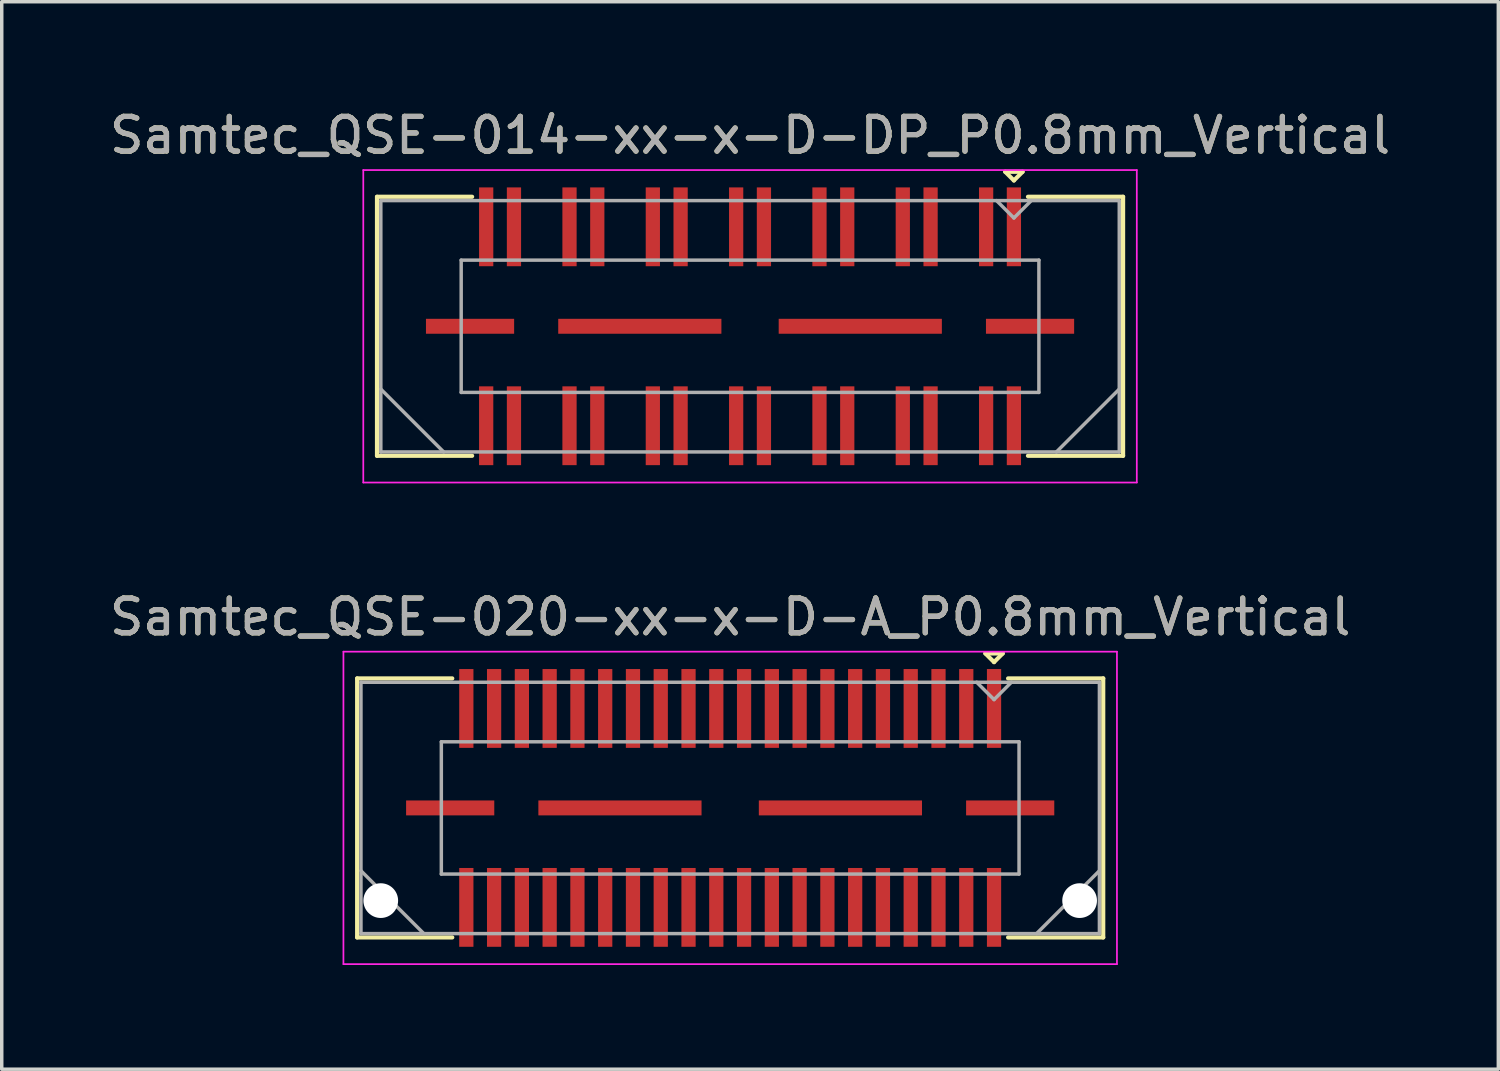
<source format=kicad_pcb>
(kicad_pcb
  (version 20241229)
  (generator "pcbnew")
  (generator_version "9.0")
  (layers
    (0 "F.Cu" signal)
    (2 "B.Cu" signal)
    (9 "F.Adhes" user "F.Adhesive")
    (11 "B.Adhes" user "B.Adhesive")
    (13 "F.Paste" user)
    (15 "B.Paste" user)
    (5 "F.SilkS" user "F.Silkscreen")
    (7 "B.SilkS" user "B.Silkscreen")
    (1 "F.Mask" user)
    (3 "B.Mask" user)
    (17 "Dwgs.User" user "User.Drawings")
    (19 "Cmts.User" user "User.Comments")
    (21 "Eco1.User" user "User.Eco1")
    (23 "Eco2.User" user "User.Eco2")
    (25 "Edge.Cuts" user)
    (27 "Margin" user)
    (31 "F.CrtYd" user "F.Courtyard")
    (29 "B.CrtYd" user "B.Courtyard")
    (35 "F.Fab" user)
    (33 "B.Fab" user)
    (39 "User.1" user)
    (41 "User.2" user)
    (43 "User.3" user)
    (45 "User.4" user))
  (footprint "Samtec_QSE-020-xx-x-D-A_P0.8mm_Vertical"
    (layer "F.Cu")
    (at 17.982 20.221)
    (property "Reference" "Samtec_QSE-020-xx-x-D-A_P0.8mm_Vertical" (at 0 -5.5 0) (layer "F.SilkS") (effects (font (size 1 1) (thickness 0.15))))
    (attr smd)
    (fp_line (start -10.745 -3.73) (end -8.005 -3.73) (stroke (width 0.12) (type solid)) (layer "F.SilkS"))
    (fp_line (start -10.745 3.73) (end -10.745 -3.73) (stroke (width 0.12) (type solid)) (layer "F.SilkS"))
    (fp_line (start -8.005 3.73) (end -10.745 3.73) (stroke (width 0.12) (type solid)) (layer "F.SilkS"))
    (fp_line (start 7.35 -4.45) (end 7.85 -4.45) (stroke (width 0.12) (type solid)) (layer "F.SilkS"))
    (fp_line (start 7.6 -4.2) (end 7.35 -4.45) (stroke (width 0.12) (type solid)) (layer "F.SilkS"))
    (fp_line (start 7.85 -4.45) (end 7.6 -4.2) (stroke (width 0.12) (type solid)) (layer "F.SilkS"))
    (fp_line (start 8.005 3.73) (end 10.745 3.73) (stroke (width 0.12) (type solid)) (layer "F.SilkS"))
    (fp_line (start 10.745 -3.73) (end 8.005 -3.73) (stroke (width 0.12) (type solid)) (layer "F.SilkS"))
    (fp_line (start 10.745 3.73) (end 10.745 -3.73) (stroke (width 0.12) (type solid)) (layer "F.SilkS"))
    (fp_line (start -11.14 -4.5) (end -11.14 4.5) (stroke (width 0.05) (type solid)) (layer "F.CrtYd"))
    (fp_line (start -11.14 4.5) (end 11.14 4.5) (stroke (width 0.05) (type solid)) (layer "F.CrtYd"))
    (fp_line (start 11.14 -4.5) (end -11.14 -4.5) (stroke (width 0.05) (type solid)) (layer "F.CrtYd"))
    (fp_line (start 11.14 4.5) (end 11.14 -4.5) (stroke (width 0.05) (type solid)) (layer "F.CrtYd"))
    (fp_line (start -10.635 -3.62) (end -10.635 3.62) (stroke (width 0.1) (type solid)) (layer "F.Fab"))
    (fp_line (start -10.635 1.81) (end -8.825 3.62) (stroke (width 0.1) (type solid)) (layer "F.Fab"))
    (fp_line (start -10.635 3.62) (end 10.635 3.62) (stroke (width 0.1) (type solid)) (layer "F.Fab"))
    (fp_line (start -8.32 -1.905) (end -8.32 1.905) (stroke (width 0.1) (type solid)) (layer "F.Fab"))
    (fp_line (start -8.32 1.905) (end 8.32 1.905) (stroke (width 0.1) (type solid)) (layer "F.Fab"))
    (fp_line (start 7.6 -3.12) (end 7.1 -3.62) (stroke (width 0.1) (type solid)) (layer "F.Fab"))
    (fp_line (start 8.1 -3.62) (end 7.6 -3.12) (stroke (width 0.1) (type solid)) (layer "F.Fab"))
    (fp_line (start 8.32 -1.905) (end -8.32 -1.905) (stroke (width 0.1) (type solid)) (layer "F.Fab"))
    (fp_line (start 8.32 1.905) (end 8.32 -1.905) (stroke (width 0.1) (type solid)) (layer "F.Fab"))
    (fp_line (start 10.635 -3.62) (end -10.635 -3.62) (stroke (width 0.1) (type solid)) (layer "F.Fab"))
    (fp_line (start 10.635 1.81) (end 8.825 3.62) (stroke (width 0.1) (type solid)) (layer "F.Fab"))
    (fp_line (start 10.635 3.62) (end 10.635 -3.62) (stroke (width 0.1) (type solid)) (layer "F.Fab"))
    (fp_text user "${REFERENCE}" (at 0 -5.5 0) (layer "F.Fab") (effects (font (size 1 1) (thickness 0.15))))
    (pad "" np_thru_hole circle (at -10.065 2.67) (size 1 1) (drill 1) (layers "*.Cu" "*.Mask"))
    (pad "" np_thru_hole circle (at 10.065 2.67) (size 1 1) (drill 1) (layers "*.Cu" "*.Mask"))
    (pad "1" smd rect (at 7.6 -2.865) (size 0.41 2.27) (layers "F.Cu" "F.Mask" "F.Paste"))
    (pad "2" smd rect (at 7.6 2.865) (size 0.41 2.27) (layers "F.Cu" "F.Mask" "F.Paste"))
    (pad "3" smd rect (at 6.8 -2.865) (size 0.41 2.27) (layers "F.Cu" "F.Mask" "F.Paste"))
    (pad "4" smd rect (at 6.8 2.865) (size 0.41 2.27) (layers "F.Cu" "F.Mask" "F.Paste"))
    (pad "5" smd rect (at 6 -2.865) (size 0.41 2.27) (layers "F.Cu" "F.Mask" "F.Paste"))
    (pad "6" smd rect (at 6 2.865) (size 0.41 2.27) (layers "F.Cu" "F.Mask" "F.Paste"))
    (pad "7" smd rect (at 5.2 -2.865) (size 0.41 2.27) (layers "F.Cu" "F.Mask" "F.Paste"))
    (pad "8" smd rect (at 5.2 2.865) (size 0.41 2.27) (layers "F.Cu" "F.Mask" "F.Paste"))
    (pad "9" smd rect (at 4.4 -2.865) (size 0.41 2.27) (layers "F.Cu" "F.Mask" "F.Paste"))
    (pad "10" smd rect (at 4.4 2.865) (size 0.41 2.27) (layers "F.Cu" "F.Mask" "F.Paste"))
    (pad "11" smd rect (at 3.6 -2.865) (size 0.41 2.27) (layers "F.Cu" "F.Mask" "F.Paste"))
    (pad "12" smd rect (at 3.6 2.865) (size 0.41 2.27) (layers "F.Cu" "F.Mask" "F.Paste"))
    (pad "13" smd rect (at 2.8 -2.865) (size 0.41 2.27) (layers "F.Cu" "F.Mask" "F.Paste"))
    (pad "14" smd rect (at 2.8 2.865) (size 0.41 2.27) (layers "F.Cu" "F.Mask" "F.Paste"))
    (pad "15" smd rect (at 2 -2.865) (size 0.41 2.27) (layers "F.Cu" "F.Mask" "F.Paste"))
    (pad "16" smd rect (at 2 2.865) (size 0.41 2.27) (layers "F.Cu" "F.Mask" "F.Paste"))
    (pad "17" smd rect (at 1.2 -2.865) (size 0.41 2.27) (layers "F.Cu" "F.Mask" "F.Paste"))
    (pad "18" smd rect (at 1.2 2.865) (size 0.41 2.27) (layers "F.Cu" "F.Mask" "F.Paste"))
    (pad "19" smd rect (at 0.4 -2.865) (size 0.41 2.27) (layers "F.Cu" "F.Mask" "F.Paste"))
    (pad "20" smd rect (at 0.4 2.865) (size 0.41 2.27) (layers "F.Cu" "F.Mask" "F.Paste"))
    (pad "21" smd rect (at -0.4 -2.865) (size 0.41 2.27) (layers "F.Cu" "F.Mask" "F.Paste"))
    (pad "22" smd rect (at -0.4 2.865) (size 0.41 2.27) (layers "F.Cu" "F.Mask" "F.Paste"))
    (pad "23" smd rect (at -1.2 -2.865) (size 0.41 2.27) (layers "F.Cu" "F.Mask" "F.Paste"))
    (pad "24" smd rect (at -1.2 2.865) (size 0.41 2.27) (layers "F.Cu" "F.Mask" "F.Paste"))
    (pad "25" smd rect (at -2 -2.865) (size 0.41 2.27) (layers "F.Cu" "F.Mask" "F.Paste"))
    (pad "26" smd rect (at -2 2.865) (size 0.41 2.27) (layers "F.Cu" "F.Mask" "F.Paste"))
    (pad "27" smd rect (at -2.8 -2.865) (size 0.41 2.27) (layers "F.Cu" "F.Mask" "F.Paste"))
    (pad "28" smd rect (at -2.8 2.865) (size 0.41 2.27) (layers "F.Cu" "F.Mask" "F.Paste"))
    (pad "29" smd rect (at -3.6 -2.865) (size 0.41 2.27) (layers "F.Cu" "F.Mask" "F.Paste"))
    (pad "30" smd rect (at -3.6 2.865) (size 0.41 2.27) (layers "F.Cu" "F.Mask" "F.Paste"))
    (pad "31" smd rect (at -4.4 -2.865) (size 0.41 2.27) (layers "F.Cu" "F.Mask" "F.Paste"))
    (pad "32" smd rect (at -4.4 2.865) (size 0.41 2.27) (layers "F.Cu" "F.Mask" "F.Paste"))
    (pad "33" smd rect (at -5.2 -2.865) (size 0.41 2.27) (layers "F.Cu" "F.Mask" "F.Paste"))
    (pad "34" smd rect (at -5.2 2.865) (size 0.41 2.27) (layers "F.Cu" "F.Mask" "F.Paste"))
    (pad "35" smd rect (at -6 -2.865) (size 0.41 2.27) (layers "F.Cu" "F.Mask" "F.Paste"))
    (pad "36" smd rect (at -6 2.865) (size 0.41 2.27) (layers "F.Cu" "F.Mask" "F.Paste"))
    (pad "37" smd rect (at -6.8 -2.865) (size 0.41 2.27) (layers "F.Cu" "F.Mask" "F.Paste"))
    (pad "38" smd rect (at -6.8 2.865) (size 0.41 2.27) (layers "F.Cu" "F.Mask" "F.Paste"))
    (pad "39" smd rect (at -7.6 -2.865) (size 0.41 2.27) (layers "F.Cu" "F.Mask" "F.Paste"))
    (pad "40" smd rect (at -7.6 2.865) (size 0.41 2.27) (layers "F.Cu" "F.Mask" "F.Paste"))
    (pad "P1" smd rect (at -8.065 0) (size 2.54 0.43) (layers "F.Cu" "F.Mask" "F.Paste"))
    (pad "P1" smd rect (at -3.175 0) (size 4.7 0.43) (layers "F.Cu" "F.Mask" "F.Paste"))
    (pad "P1" smd rect (at 3.175 0) (size 4.7 0.43) (layers "F.Cu" "F.Mask" "F.Paste"))
    (pad "P1" smd rect (at 8.065 0) (size 2.54 0.43) (layers "F.Cu" "F.Mask" "F.Paste")))
  (footprint "Samtec_QSE-014-xx-x-D-DP_P0.8mm_Vertical"
    (layer "F.Cu")
    (at 18.554 6.348)
    (property "Reference" "Samtec_QSE-014-xx-x-D-DP_P0.8mm_Vertical" (at 0 -5.5 0) (layer "F.SilkS") (effects (font (size 1 1) (thickness 0.15))))
    (attr smd)
    (fp_line (start -10.745 -3.73) (end -8.005 -3.73) (stroke (width 0.12) (type solid)) (layer "F.SilkS"))
    (fp_line (start -10.745 3.73) (end -10.745 -3.73) (stroke (width 0.12) (type solid)) (layer "F.SilkS"))
    (fp_line (start -8.005 3.73) (end -10.745 3.73) (stroke (width 0.12) (type solid)) (layer "F.SilkS"))
    (fp_line (start 7.35 -4.45) (end 7.85 -4.45) (stroke (width 0.12) (type solid)) (layer "F.SilkS"))
    (fp_line (start 7.6 -4.2) (end 7.35 -4.45) (stroke (width 0.12) (type solid)) (layer "F.SilkS"))
    (fp_line (start 7.85 -4.45) (end 7.6 -4.2) (stroke (width 0.12) (type solid)) (layer "F.SilkS"))
    (fp_line (start 8.005 3.73) (end 10.745 3.73) (stroke (width 0.12) (type solid)) (layer "F.SilkS"))
    (fp_line (start 10.745 -3.73) (end 8.005 -3.73) (stroke (width 0.12) (type solid)) (layer "F.SilkS"))
    (fp_line (start 10.745 3.73) (end 10.745 -3.73) (stroke (width 0.12) (type solid)) (layer "F.SilkS"))
    (fp_line (start -11.14 -4.5) (end -11.14 4.5) (stroke (width 0.05) (type solid)) (layer "F.CrtYd"))
    (fp_line (start -11.14 4.5) (end 11.14 4.5) (stroke (width 0.05) (type solid)) (layer "F.CrtYd"))
    (fp_line (start 11.14 -4.5) (end -11.14 -4.5) (stroke (width 0.05) (type solid)) (layer "F.CrtYd"))
    (fp_line (start 11.14 4.5) (end 11.14 -4.5) (stroke (width 0.05) (type solid)) (layer "F.CrtYd"))
    (fp_line (start -10.635 -3.62) (end -10.635 3.62) (stroke (width 0.1) (type solid)) (layer "F.Fab"))
    (fp_line (start -10.635 1.81) (end -8.825 3.62) (stroke (width 0.1) (type solid)) (layer "F.Fab"))
    (fp_line (start -10.635 3.62) (end 10.635 3.62) (stroke (width 0.1) (type solid)) (layer "F.Fab"))
    (fp_line (start -8.32 -1.905) (end -8.32 1.905) (stroke (width 0.1) (type solid)) (layer "F.Fab"))
    (fp_line (start -8.32 1.905) (end 8.32 1.905) (stroke (width 0.1) (type solid)) (layer "F.Fab"))
    (fp_line (start 7.6 -3.12) (end 7.1 -3.62) (stroke (width 0.1) (type solid)) (layer "F.Fab"))
    (fp_line (start 8.1 -3.62) (end 7.6 -3.12) (stroke (width 0.1) (type solid)) (layer "F.Fab"))
    (fp_line (start 8.32 -1.905) (end -8.32 -1.905) (stroke (width 0.1) (type solid)) (layer "F.Fab"))
    (fp_line (start 8.32 1.905) (end 8.32 -1.905) (stroke (width 0.1) (type solid)) (layer "F.Fab"))
    (fp_line (start 10.635 -3.62) (end -10.635 -3.62) (stroke (width 0.1) (type solid)) (layer "F.Fab"))
    (fp_line (start 10.635 1.81) (end 8.825 3.62) (stroke (width 0.1) (type solid)) (layer "F.Fab"))
    (fp_line (start 10.635 3.62) (end 10.635 -3.62) (stroke (width 0.1) (type solid)) (layer "F.Fab"))
    (fp_text user "${REFERENCE}" (at 0 -5.5 0) (layer "F.Fab") (effects (font (size 1 1) (thickness 0.15))))
    (pad "1" smd rect (at 7.6 -2.865) (size 0.41 2.27) (layers "F.Cu" "F.Mask" "F.Paste"))
    (pad "2" smd rect (at 7.6 2.865) (size 0.41 2.27) (layers "F.Cu" "F.Mask" "F.Paste"))
    (pad "3" smd rect (at 6.8 -2.865) (size 0.41 2.27) (layers "F.Cu" "F.Mask" "F.Paste"))
    (pad "4" smd rect (at 6.8 2.865) (size 0.41 2.27) (layers "F.Cu" "F.Mask" "F.Paste"))
    (pad "5" smd rect (at 5.2 -2.865) (size 0.41 2.27) (layers "F.Cu" "F.Mask" "F.Paste"))
    (pad "6" smd rect (at 5.2 2.865) (size 0.41 2.27) (layers "F.Cu" "F.Mask" "F.Paste"))
    (pad "7" smd rect (at 4.4 -2.865) (size 0.41 2.27) (layers "F.Cu" "F.Mask" "F.Paste"))
    (pad "8" smd rect (at 4.4 2.865) (size 0.41 2.27) (layers "F.Cu" "F.Mask" "F.Paste"))
    (pad "9" smd rect (at 2.8 -2.865) (size 0.41 2.27) (layers "F.Cu" "F.Mask" "F.Paste"))
    (pad "10" smd rect (at 2.8 2.865) (size 0.41 2.27) (layers "F.Cu" "F.Mask" "F.Paste"))
    (pad "11" smd rect (at 2 -2.865) (size 0.41 2.27) (layers "F.Cu" "F.Mask" "F.Paste"))
    (pad "12" smd rect (at 2 2.865) (size 0.41 2.27) (layers "F.Cu" "F.Mask" "F.Paste"))
    (pad "13" smd rect (at 0.4 -2.865) (size 0.41 2.27) (layers "F.Cu" "F.Mask" "F.Paste"))
    (pad "14" smd rect (at 0.4 2.865) (size 0.41 2.27) (layers "F.Cu" "F.Mask" "F.Paste"))
    (pad "15" smd rect (at -0.4 -2.865) (size 0.41 2.27) (layers "F.Cu" "F.Mask" "F.Paste"))
    (pad "16" smd rect (at -0.4 2.865) (size 0.41 2.27) (layers "F.Cu" "F.Mask" "F.Paste"))
    (pad "17" smd rect (at -2 -2.865) (size 0.41 2.27) (layers "F.Cu" "F.Mask" "F.Paste"))
    (pad "18" smd rect (at -2 2.865) (size 0.41 2.27) (layers "F.Cu" "F.Mask" "F.Paste"))
    (pad "19" smd rect (at -2.8 -2.865) (size 0.41 2.27) (layers "F.Cu" "F.Mask" "F.Paste"))
    (pad "20" smd rect (at -2.8 2.865) (size 0.41 2.27) (layers "F.Cu" "F.Mask" "F.Paste"))
    (pad "21" smd rect (at -4.4 -2.865) (size 0.41 2.27) (layers "F.Cu" "F.Mask" "F.Paste"))
    (pad "22" smd rect (at -4.4 2.865) (size 0.41 2.27) (layers "F.Cu" "F.Mask" "F.Paste"))
    (pad "23" smd rect (at -5.2 -2.865) (size 0.41 2.27) (layers "F.Cu" "F.Mask" "F.Paste"))
    (pad "24" smd rect (at -5.2 2.865) (size 0.41 2.27) (layers "F.Cu" "F.Mask" "F.Paste"))
    (pad "25" smd rect (at -6.8 -2.865) (size 0.41 2.27) (layers "F.Cu" "F.Mask" "F.Paste"))
    (pad "26" smd rect (at -6.8 2.865) (size 0.41 2.27) (layers "F.Cu" "F.Mask" "F.Paste"))
    (pad "27" smd rect (at -7.6 -2.865) (size 0.41 2.27) (layers "F.Cu" "F.Mask" "F.Paste"))
    (pad "28" smd rect (at -7.6 2.865) (size 0.41 2.27) (layers "F.Cu" "F.Mask" "F.Paste"))
    (pad "P1" smd rect (at -8.065 0) (size 2.54 0.43) (layers "F.Cu" "F.Mask" "F.Paste"))
    (pad "P1" smd rect (at -3.175 0) (size 4.7 0.43) (layers "F.Cu" "F.Mask" "F.Paste"))
    (pad "P1" smd rect (at 3.175 0) (size 4.7 0.43) (layers "F.Cu" "F.Mask" "F.Paste"))
    (pad "P1" smd rect (at 8.065 0) (size 2.54 0.43) (layers "F.Cu" "F.Mask" "F.Paste")))
  (gr_rect
    (start -3 -3)
    (end 40.107 27.747)
    (stroke (width 0.1) (type default))
    (fill no)
    (layer "Edge.Cuts")))
</source>
